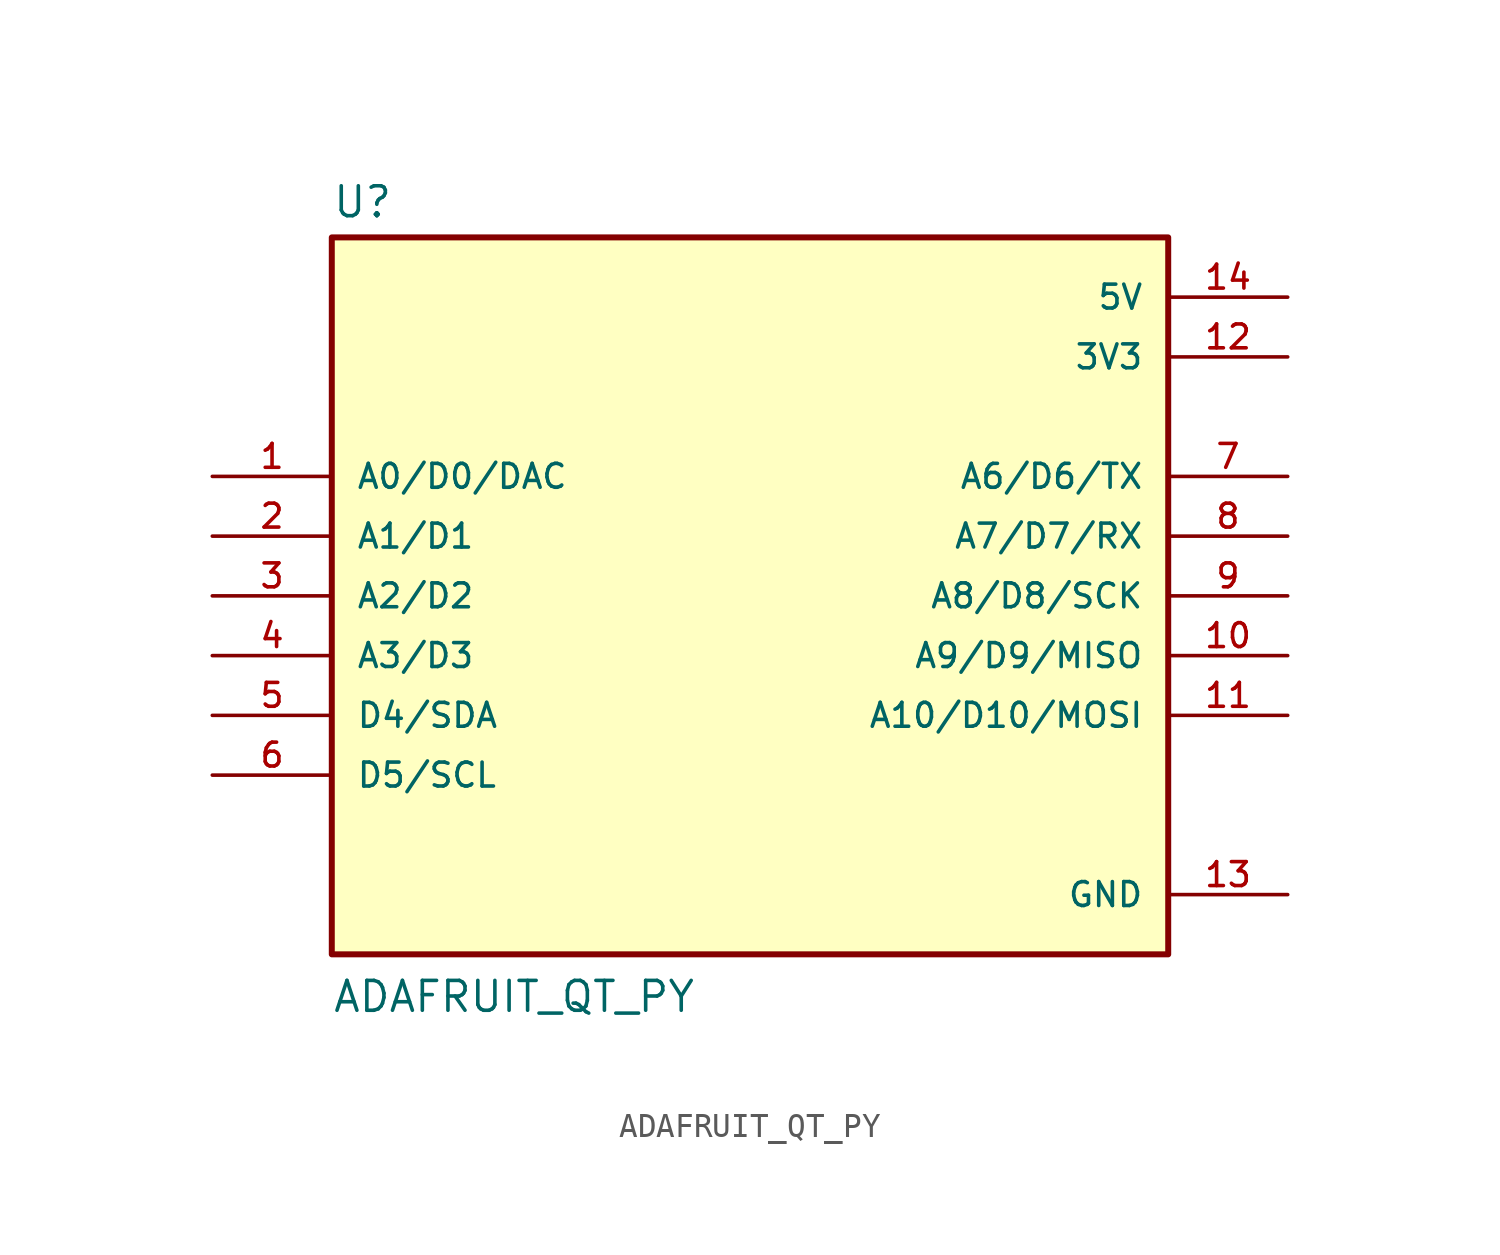
<source format=kicad_sym>
(kicad_symbol_lib
  (version 20211014)
  (generator kicad_symbol_editor)
  (symbol "ADAFRUIT_QT_PY"
    (pin_names
      (offset 1.016))
    (property "Reference" "U"
      (at -17.78 16.002 0)
      (effects (font (size 1.27 1.27)) (justify bottom left)))
    (property "Value" "ADAFRUIT_QT_PY"
      (at -17.78 -17.78 0)
      (effects (font (size 1.27 1.27)) (justify bottom left)))
    (symbol "ADAFRUIT_QT_PY_0_0"
      (rectangle (start -17.78 -15.24) (end 17.78 15.24) (stroke (width 0.254)) (fill (type background)))
      (pin bidirectional line (at -22.86 5.08 0) (length 5.08) (name "A0/D0/DAC" (effects (font (size 1.016 1.016)))) (number "1" (effects (font (size 1.016 1.016)))))
      (pin bidirectional line (at -22.86 2.54 0) (length 5.08) (name "A1/D1" (effects (font (size 1.016 1.016)))) (number "2" (effects (font (size 1.016 1.016)))))
      (pin bidirectional line (at -22.86 0.0 0) (length 5.08) (name "A2/D2" (effects (font (size 1.016 1.016)))) (number "3" (effects (font (size 1.016 1.016)))))
      (pin bidirectional line (at -22.86 -2.54 0) (length 5.08) (name "A3/D3" (effects (font (size 1.016 1.016)))) (number "4" (effects (font (size 1.016 1.016)))))
      (pin bidirectional line (at -22.86 -5.08 0) (length 5.08) (name "D4/SDA" (effects (font (size 1.016 1.016)))) (number "5" (effects (font (size 1.016 1.016)))))
      (pin bidirectional line (at -22.86 -7.62 0) (length 5.08) (name "D5/SCL" (effects (font (size 1.016 1.016)))) (number "6" (effects (font (size 1.016 1.016)))))
      (pin bidirectional line (at 22.86 5.08 180.0) (length 5.08) (name "A6/D6/TX" (effects (font (size 1.016 1.016)))) (number "7" (effects (font (size 1.016 1.016)))))
      (pin bidirectional line (at 22.86 2.54 180.0) (length 5.08) (name "A7/D7/RX" (effects (font (size 1.016 1.016)))) (number "8" (effects (font (size 1.016 1.016)))))
      (pin bidirectional line (at 22.86 0.0 180.0) (length 5.08) (name "A8/D8/SCK" (effects (font (size 1.016 1.016)))) (number "9" (effects (font (size 1.016 1.016)))))
      (pin bidirectional line (at 22.86 -2.54 180.0) (length 5.08) (name "A9/D9/MISO" (effects (font (size 1.016 1.016)))) (number "10" (effects (font (size 1.016 1.016)))))
      (pin bidirectional line (at 22.86 -5.08 180.0) (length 5.08) (name "A10/D10/MOSI" (effects (font (size 1.016 1.016)))) (number "11" (effects (font (size 1.016 1.016)))))
      (pin power_in line (at 22.86 10.16 180.0) (length 5.08) (name "3V3" (effects (font (size 1.016 1.016)))) (number "12" (effects (font (size 1.016 1.016)))))
      (pin power_in line (at 22.86 -12.7 180.0) (length 5.08) (name "GND" (effects (font (size 1.016 1.016)))) (number "13" (effects (font (size 1.016 1.016)))))
      (pin power_in line (at 22.86 12.7 180.0) (length 5.08) (name "5V" (effects (font (size 1.016 1.016)))) (number "14" (effects (font (size 1.016 1.016))))))))
</source>
